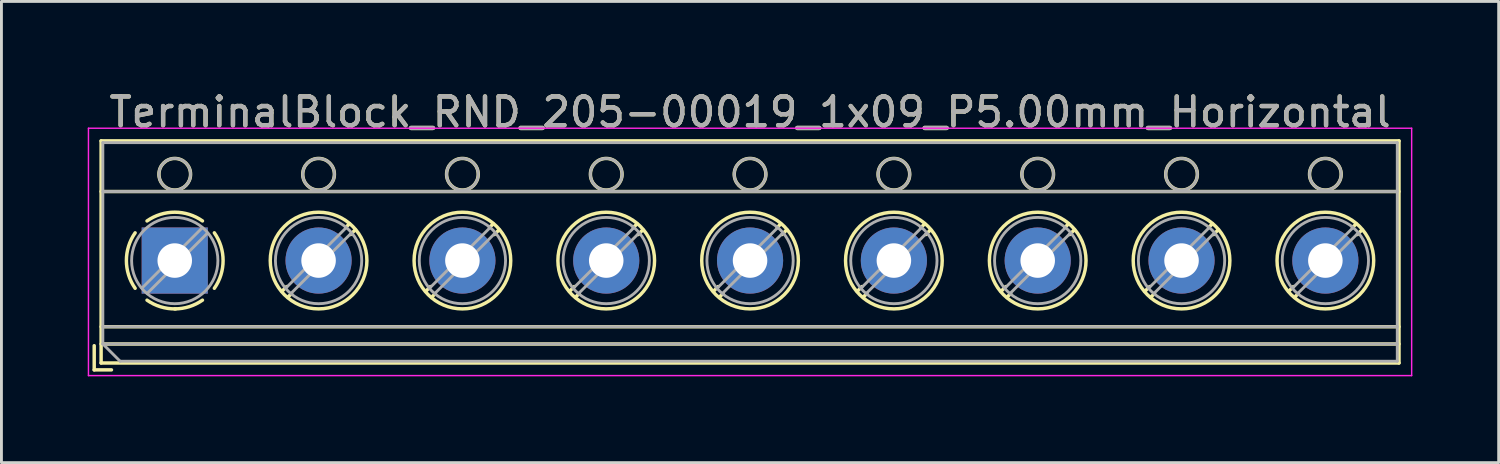
<source format=kicad_pcb>
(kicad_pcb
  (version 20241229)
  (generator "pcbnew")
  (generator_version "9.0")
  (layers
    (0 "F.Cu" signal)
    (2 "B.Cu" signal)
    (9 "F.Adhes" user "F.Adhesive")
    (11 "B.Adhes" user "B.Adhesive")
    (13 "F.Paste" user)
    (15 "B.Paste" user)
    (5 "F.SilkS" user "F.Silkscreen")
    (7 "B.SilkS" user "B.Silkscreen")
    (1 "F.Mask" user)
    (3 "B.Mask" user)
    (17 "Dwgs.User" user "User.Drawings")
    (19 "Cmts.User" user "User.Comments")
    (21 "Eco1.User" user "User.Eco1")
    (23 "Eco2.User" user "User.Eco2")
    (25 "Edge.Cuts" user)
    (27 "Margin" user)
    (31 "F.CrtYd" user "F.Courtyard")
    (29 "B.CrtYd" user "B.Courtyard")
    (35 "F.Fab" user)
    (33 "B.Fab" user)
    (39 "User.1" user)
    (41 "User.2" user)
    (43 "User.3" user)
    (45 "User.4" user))
  (footprint "TerminalBlock_RND_205-00019_1x09_P5.00mm_Horizontal"
    (layer "F.Cu")
    (at 3.025 6.008)
    (property "Reference" "TerminalBlock_RND_205-00019_1x09_P5.00mm_Horizontal" (at 20 -5.16 0) (layer "F.SilkS") (effects (font (size 1 1) (thickness 0.15))))
    (attr through_hole)
    (fp_line (start -2.8 2.96) (end -2.8 3.8) (stroke (width 0.12) (type solid)) (layer "F.SilkS"))
    (fp_line (start -2.8 3.8) (end -2.2 3.8) (stroke (width 0.12) (type solid)) (layer "F.SilkS"))
    (fp_line (start -2.56 -4.16) (end -2.56 3.561) (stroke (width 0.12) (type solid)) (layer "F.SilkS"))
    (fp_line (start -2.56 -4.16) (end 42.56 -4.16) (stroke (width 0.12) (type solid)) (layer "F.SilkS"))
    (fp_line (start -2.56 -2.4) (end 42.56 -2.4) (stroke (width 0.12) (type solid)) (layer "F.SilkS"))
    (fp_line (start -2.56 2.3) (end 42.56 2.3) (stroke (width 0.12) (type solid)) (layer "F.SilkS"))
    (fp_line (start -2.56 2.9) (end 42.56 2.9) (stroke (width 0.12) (type solid)) (layer "F.SilkS"))
    (fp_line (start -2.56 3.561) (end 42.56 3.561) (stroke (width 0.12) (type solid)) (layer "F.SilkS"))
    (fp_line (start 3.89 0.905) (end 3.726 1.069) (stroke (width 0.12) (type solid)) (layer "F.SilkS"))
    (fp_line (start 4.06 1.146) (end 3.931 1.274) (stroke (width 0.12) (type solid)) (layer "F.SilkS"))
    (fp_line (start 6.07 -1.275) (end 5.941 -1.146) (stroke (width 0.12) (type solid)) (layer "F.SilkS"))
    (fp_line (start 6.275 -1.069) (end 6.111 -0.905) (stroke (width 0.12) (type solid)) (layer "F.SilkS"))
    (fp_line (start 8.89 0.905) (end 8.726 1.069) (stroke (width 0.12) (type solid)) (layer "F.SilkS"))
    (fp_line (start 9.06 1.146) (end 8.931 1.274) (stroke (width 0.12) (type solid)) (layer "F.SilkS"))
    (fp_line (start 11.07 -1.275) (end 10.941 -1.146) (stroke (width 0.12) (type solid)) (layer "F.SilkS"))
    (fp_line (start 11.275 -1.069) (end 11.111 -0.905) (stroke (width 0.12) (type solid)) (layer "F.SilkS"))
    (fp_line (start 13.89 0.905) (end 13.726 1.069) (stroke (width 0.12) (type solid)) (layer "F.SilkS"))
    (fp_line (start 14.06 1.146) (end 13.931 1.274) (stroke (width 0.12) (type solid)) (layer "F.SilkS"))
    (fp_line (start 16.07 -1.275) (end 15.941 -1.146) (stroke (width 0.12) (type solid)) (layer "F.SilkS"))
    (fp_line (start 16.275 -1.069) (end 16.111 -0.905) (stroke (width 0.12) (type solid)) (layer "F.SilkS"))
    (fp_line (start 18.89 0.905) (end 18.726 1.069) (stroke (width 0.12) (type solid)) (layer "F.SilkS"))
    (fp_line (start 19.06 1.146) (end 18.931 1.274) (stroke (width 0.12) (type solid)) (layer "F.SilkS"))
    (fp_line (start 21.07 -1.275) (end 20.941 -1.146) (stroke (width 0.12) (type solid)) (layer "F.SilkS"))
    (fp_line (start 21.275 -1.069) (end 21.111 -0.905) (stroke (width 0.12) (type solid)) (layer "F.SilkS"))
    (fp_line (start 23.89 0.905) (end 23.726 1.069) (stroke (width 0.12) (type solid)) (layer "F.SilkS"))
    (fp_line (start 24.06 1.146) (end 23.931 1.274) (stroke (width 0.12) (type solid)) (layer "F.SilkS"))
    (fp_line (start 26.07 -1.275) (end 25.941 -1.146) (stroke (width 0.12) (type solid)) (layer "F.SilkS"))
    (fp_line (start 26.275 -1.069) (end 26.111 -0.905) (stroke (width 0.12) (type solid)) (layer "F.SilkS"))
    (fp_line (start 28.89 0.905) (end 28.726 1.069) (stroke (width 0.12) (type solid)) (layer "F.SilkS"))
    (fp_line (start 29.06 1.146) (end 28.931 1.274) (stroke (width 0.12) (type solid)) (layer "F.SilkS"))
    (fp_line (start 31.07 -1.275) (end 30.941 -1.146) (stroke (width 0.12) (type solid)) (layer "F.SilkS"))
    (fp_line (start 31.275 -1.069) (end 31.111 -0.905) (stroke (width 0.12) (type solid)) (layer "F.SilkS"))
    (fp_line (start 33.89 0.905) (end 33.726 1.069) (stroke (width 0.12) (type solid)) (layer "F.SilkS"))
    (fp_line (start 34.06 1.146) (end 33.931 1.274) (stroke (width 0.12) (type solid)) (layer "F.SilkS"))
    (fp_line (start 36.07 -1.275) (end 35.941 -1.146) (stroke (width 0.12) (type solid)) (layer "F.SilkS"))
    (fp_line (start 36.275 -1.069) (end 36.111 -0.905) (stroke (width 0.12) (type solid)) (layer "F.SilkS"))
    (fp_line (start 38.89 0.905) (end 38.726 1.069) (stroke (width 0.12) (type solid)) (layer "F.SilkS"))
    (fp_line (start 39.06 1.146) (end 38.931 1.274) (stroke (width 0.12) (type solid)) (layer "F.SilkS"))
    (fp_line (start 41.07 -1.275) (end 40.941 -1.146) (stroke (width 0.12) (type solid)) (layer "F.SilkS"))
    (fp_line (start 41.275 -1.069) (end 41.111 -0.905) (stroke (width 0.12) (type solid)) (layer "F.SilkS"))
    (fp_line (start 42.56 -4.16) (end 42.56 3.561) (stroke (width 0.12) (type solid)) (layer "F.SilkS"))
    (fp_arc (start -1.376825 0.964249) (mid -1.6809 0.000152) (end -1.377 -0.964) (stroke (width 0.12) (type solid)) (layer "F.SilkS"))
    (fp_arc (start -0.964249 -1.376825) (mid -0.000152 -1.6809) (end 0.964 -1.377) (stroke (width 0.12) (type solid)) (layer "F.SilkS"))
    (fp_arc (start 0.029488 1.680641) (mid -0.491302 1.607497) (end -0.964 1.377) (stroke (width 0.12) (type solid)) (layer "F.SilkS"))
    (fp_arc (start 0.963608 1.376175) (mid 0.505186 1.602244) (end 0 1.68) (stroke (width 0.12) (type solid)) (layer "F.SilkS"))
    (fp_arc (start 1.376825 -0.964249) (mid 1.6809 -0.000152) (end 1.377 0.964) (stroke (width 0.12) (type solid)) (layer "F.SilkS"))
    (fp_circle (center 0 -3) (end 0.55 -3) (stroke (width 0.12) (type solid)) (fill no) (layer "F.SilkS"))
    (fp_circle (center 5 -3) (end 5.55 -3) (stroke (width 0.12) (type solid)) (fill no) (layer "F.SilkS"))
    (fp_circle (center 5 0) (end 6.68 0) (stroke (width 0.12) (type solid)) (fill no) (layer "F.SilkS"))
    (fp_circle (center 10 -3) (end 10.55 -3) (stroke (width 0.12) (type solid)) (fill no) (layer "F.SilkS"))
    (fp_circle (center 10 0) (end 11.68 0) (stroke (width 0.12) (type solid)) (fill no) (layer "F.SilkS"))
    (fp_circle (center 15 -3) (end 15.55 -3) (stroke (width 0.12) (type solid)) (fill no) (layer "F.SilkS"))
    (fp_circle (center 15 0) (end 16.68 0) (stroke (width 0.12) (type solid)) (fill no) (layer "F.SilkS"))
    (fp_circle (center 20 -3) (end 20.55 -3) (stroke (width 0.12) (type solid)) (fill no) (layer "F.SilkS"))
    (fp_circle (center 20 0) (end 21.68 0) (stroke (width 0.12) (type solid)) (fill no) (layer "F.SilkS"))
    (fp_circle (center 25 -3) (end 25.55 -3) (stroke (width 0.12) (type solid)) (fill no) (layer "F.SilkS"))
    (fp_circle (center 25 0) (end 26.68 0) (stroke (width 0.12) (type solid)) (fill no) (layer "F.SilkS"))
    (fp_circle (center 30 -3) (end 30.55 -3) (stroke (width 0.12) (type solid)) (fill no) (layer "F.SilkS"))
    (fp_circle (center 30 0) (end 31.68 0) (stroke (width 0.12) (type solid)) (fill no) (layer "F.SilkS"))
    (fp_circle (center 35 -3) (end 35.55 -3) (stroke (width 0.12) (type solid)) (fill no) (layer "F.SilkS"))
    (fp_circle (center 35 0) (end 36.68 0) (stroke (width 0.12) (type solid)) (fill no) (layer "F.SilkS"))
    (fp_circle (center 40 -3) (end 40.55 -3) (stroke (width 0.12) (type solid)) (fill no) (layer "F.SilkS"))
    (fp_circle (center 40 0) (end 41.68 0) (stroke (width 0.12) (type solid)) (fill no) (layer "F.SilkS"))
    (fp_line (start -3 -4.6) (end -3 4) (stroke (width 0.05) (type solid)) (layer "F.CrtYd"))
    (fp_line (start -3 4) (end 43 4) (stroke (width 0.05) (type solid)) (layer "F.CrtYd"))
    (fp_line (start 43 -4.6) (end -3 -4.6) (stroke (width 0.05) (type solid)) (layer "F.CrtYd"))
    (fp_line (start 43 4) (end 43 -4.6) (stroke (width 0.05) (type solid)) (layer "F.CrtYd"))
    (fp_line (start -2.5 -4.1) (end 42.5 -4.1) (stroke (width 0.1) (type solid)) (layer "F.Fab"))
    (fp_line (start -2.5 -2.4) (end 42.5 -2.4) (stroke (width 0.1) (type solid)) (layer "F.Fab"))
    (fp_line (start -2.5 2.3) (end 42.5 2.3) (stroke (width 0.1) (type solid)) (layer "F.Fab"))
    (fp_line (start -2.5 2.9) (end -2.5 -4.1) (stroke (width 0.1) (type solid)) (layer "F.Fab"))
    (fp_line (start -2.5 2.9) (end 42.5 2.9) (stroke (width 0.1) (type solid)) (layer "F.Fab"))
    (fp_line (start -1.9 3.5) (end -2.5 2.9) (stroke (width 0.1) (type solid)) (layer "F.Fab"))
    (fp_line (start 0.955 -1.138) (end -1.138 0.955) (stroke (width 0.1) (type solid)) (layer "F.Fab"))
    (fp_line (start 1.138 -0.955) (end -0.955 1.138) (stroke (width 0.1) (type solid)) (layer "F.Fab"))
    (fp_line (start 5.955 -1.138) (end 3.863 0.955) (stroke (width 0.1) (type solid)) (layer "F.Fab"))
    (fp_line (start 6.138 -0.955) (end 4.046 1.138) (stroke (width 0.1) (type solid)) (layer "F.Fab"))
    (fp_line (start 10.955 -1.138) (end 8.863 0.955) (stroke (width 0.1) (type solid)) (layer "F.Fab"))
    (fp_line (start 11.138 -0.955) (end 9.046 1.138) (stroke (width 0.1) (type solid)) (layer "F.Fab"))
    (fp_line (start 15.955 -1.138) (end 13.863 0.955) (stroke (width 0.1) (type solid)) (layer "F.Fab"))
    (fp_line (start 16.138 -0.955) (end 14.046 1.138) (stroke (width 0.1) (type solid)) (layer "F.Fab"))
    (fp_line (start 20.955 -1.138) (end 18.863 0.955) (stroke (width 0.1) (type solid)) (layer "F.Fab"))
    (fp_line (start 21.138 -0.955) (end 19.046 1.138) (stroke (width 0.1) (type solid)) (layer "F.Fab"))
    (fp_line (start 25.955 -1.138) (end 23.863 0.955) (stroke (width 0.1) (type solid)) (layer "F.Fab"))
    (fp_line (start 26.138 -0.955) (end 24.046 1.138) (stroke (width 0.1) (type solid)) (layer "F.Fab"))
    (fp_line (start 30.955 -1.138) (end 28.863 0.955) (stroke (width 0.1) (type solid)) (layer "F.Fab"))
    (fp_line (start 31.138 -0.955) (end 29.046 1.138) (stroke (width 0.1) (type solid)) (layer "F.Fab"))
    (fp_line (start 35.955 -1.138) (end 33.863 0.955) (stroke (width 0.1) (type solid)) (layer "F.Fab"))
    (fp_line (start 36.138 -0.955) (end 34.046 1.138) (stroke (width 0.1) (type solid)) (layer "F.Fab"))
    (fp_line (start 40.955 -1.138) (end 38.863 0.955) (stroke (width 0.1) (type solid)) (layer "F.Fab"))
    (fp_line (start 41.138 -0.955) (end 39.046 1.138) (stroke (width 0.1) (type solid)) (layer "F.Fab"))
    (fp_line (start 42.5 -4.1) (end 42.5 3.5) (stroke (width 0.1) (type solid)) (layer "F.Fab"))
    (fp_line (start 42.5 3.5) (end -1.9 3.5) (stroke (width 0.1) (type solid)) (layer "F.Fab"))
    (fp_circle (center 0 -3) (end 0.55 -3) (stroke (width 0.1) (type solid)) (fill no) (layer "F.Fab"))
    (fp_circle (center 0 0) (end 1.5 0) (stroke (width 0.1) (type solid)) (fill no) (layer "F.Fab"))
    (fp_circle (center 5 -3) (end 5.55 -3) (stroke (width 0.1) (type solid)) (fill no) (layer "F.Fab"))
    (fp_circle (center 5 0) (end 6.5 0) (stroke (width 0.1) (type solid)) (fill no) (layer "F.Fab"))
    (fp_circle (center 10 -3) (end 10.55 -3) (stroke (width 0.1) (type solid)) (fill no) (layer "F.Fab"))
    (fp_circle (center 10 0) (end 11.5 0) (stroke (width 0.1) (type solid)) (fill no) (layer "F.Fab"))
    (fp_circle (center 15 -3) (end 15.55 -3) (stroke (width 0.1) (type solid)) (fill no) (layer "F.Fab"))
    (fp_circle (center 15 0) (end 16.5 0) (stroke (width 0.1) (type solid)) (fill no) (layer "F.Fab"))
    (fp_circle (center 20 -3) (end 20.55 -3) (stroke (width 0.1) (type solid)) (fill no) (layer "F.Fab"))
    (fp_circle (center 20 0) (end 21.5 0) (stroke (width 0.1) (type solid)) (fill no) (layer "F.Fab"))
    (fp_circle (center 25 -3) (end 25.55 -3) (stroke (width 0.1) (type solid)) (fill no) (layer "F.Fab"))
    (fp_circle (center 25 0) (end 26.5 0) (stroke (width 0.1) (type solid)) (fill no) (layer "F.Fab"))
    (fp_circle (center 30 -3) (end 30.55 -3) (stroke (width 0.1) (type solid)) (fill no) (layer "F.Fab"))
    (fp_circle (center 30 0) (end 31.5 0) (stroke (width 0.1) (type solid)) (fill no) (layer "F.Fab"))
    (fp_circle (center 35 -3) (end 35.55 -3) (stroke (width 0.1) (type solid)) (fill no) (layer "F.Fab"))
    (fp_circle (center 35 0) (end 36.5 0) (stroke (width 0.1) (type solid)) (fill no) (layer "F.Fab"))
    (fp_circle (center 40 -3) (end 40.55 -3) (stroke (width 0.1) (type solid)) (fill no) (layer "F.Fab"))
    (fp_circle (center 40 0) (end 41.5 0) (stroke (width 0.1) (type solid)) (fill no) (layer "F.Fab"))
    (fp_text user "${REFERENCE}" (at 20 -5.16 0) (layer "F.Fab") (effects (font (size 1 1) (thickness 0.15))))
    (pad "1" thru_hole rect (at 0 0) (size 2.3 2.3) (drill 1.2) (layers "*.Cu" "*.Mask"))
    (pad "2" thru_hole circle (at 5 0) (size 2.3 2.3) (drill 1.2) (layers "*.Cu" "*.Mask"))
    (pad "3" thru_hole circle (at 10 0) (size 2.3 2.3) (drill 1.2) (layers "*.Cu" "*.Mask"))
    (pad "4" thru_hole circle (at 15 0) (size 2.3 2.3) (drill 1.2) (layers "*.Cu" "*.Mask"))
    (pad "5" thru_hole circle (at 20 0) (size 2.3 2.3) (drill 1.2) (layers "*.Cu" "*.Mask"))
    (pad "6" thru_hole circle (at 25 0) (size 2.3 2.3) (drill 1.2) (layers "*.Cu" "*.Mask"))
    (pad "7" thru_hole circle (at 30 0) (size 2.3 2.3) (drill 1.2) (layers "*.Cu" "*.Mask"))
    (pad "8" thru_hole circle (at 35 0) (size 2.3 2.3) (drill 1.2) (layers "*.Cu" "*.Mask"))
    (pad "9" thru_hole circle (at 40 0) (size 2.3 2.3) (drill 1.2) (layers "*.Cu" "*.Mask")))
  (gr_rect
    (start -3 -3)
    (end 49.05 13.033)
    (stroke (width 0.1) (type default))
    (fill no)
    (layer "Edge.Cuts")))
</source>
